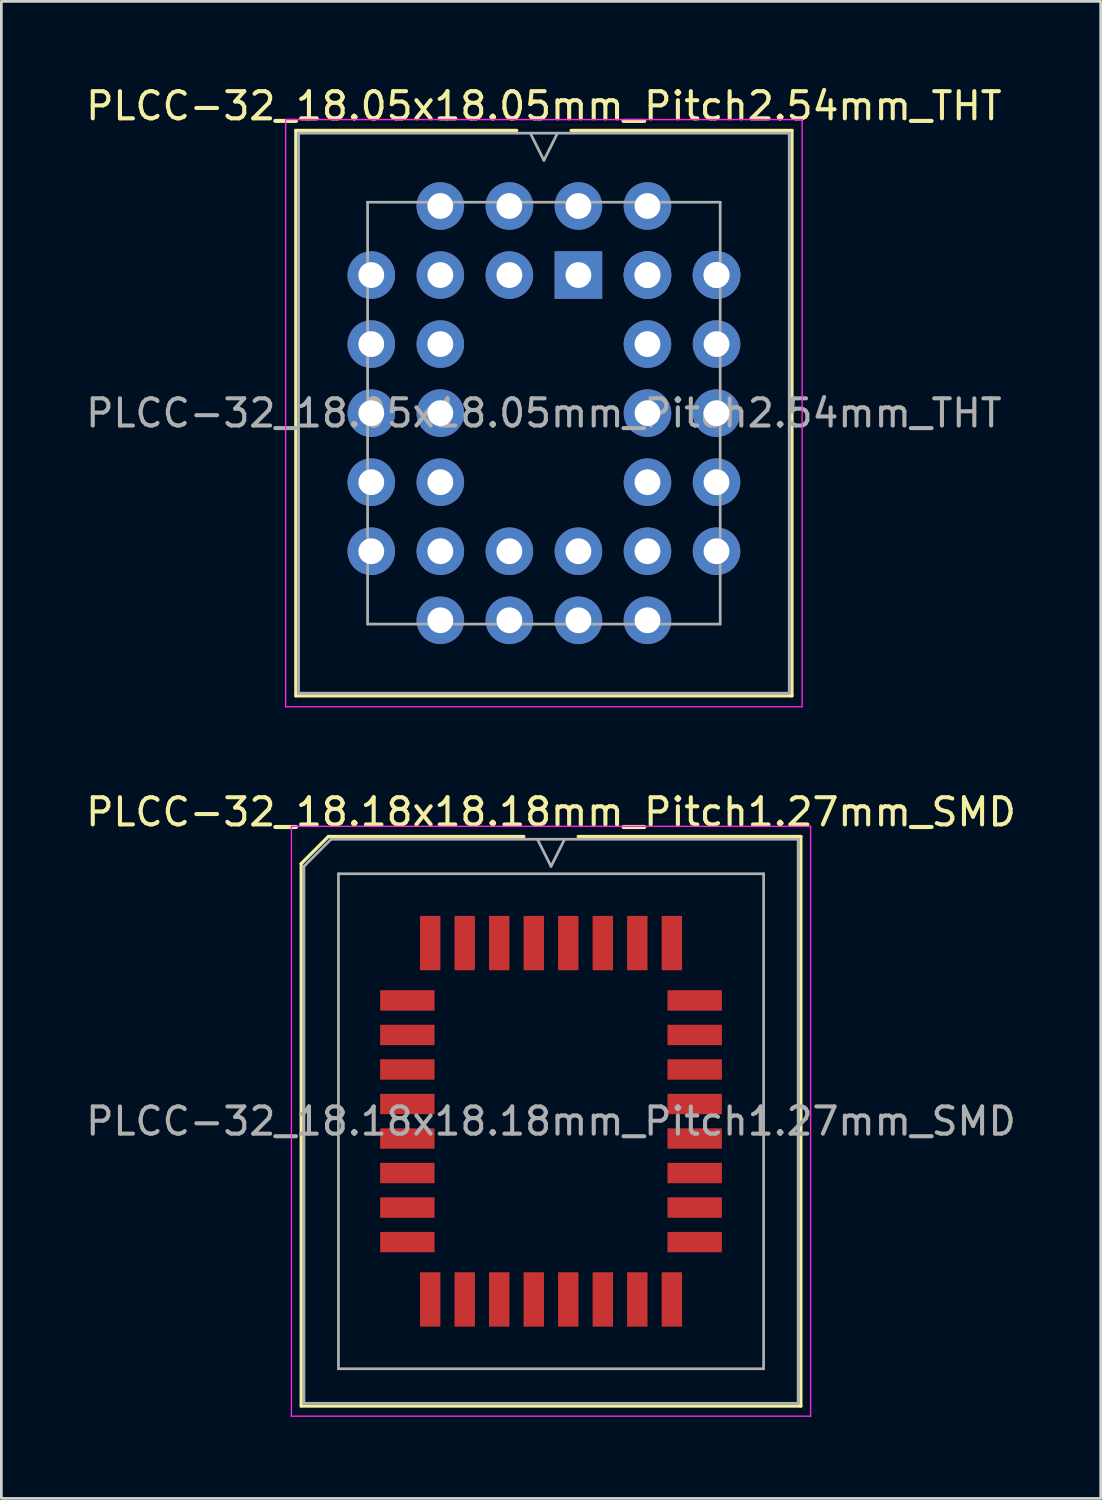
<source format=kicad_pcb>
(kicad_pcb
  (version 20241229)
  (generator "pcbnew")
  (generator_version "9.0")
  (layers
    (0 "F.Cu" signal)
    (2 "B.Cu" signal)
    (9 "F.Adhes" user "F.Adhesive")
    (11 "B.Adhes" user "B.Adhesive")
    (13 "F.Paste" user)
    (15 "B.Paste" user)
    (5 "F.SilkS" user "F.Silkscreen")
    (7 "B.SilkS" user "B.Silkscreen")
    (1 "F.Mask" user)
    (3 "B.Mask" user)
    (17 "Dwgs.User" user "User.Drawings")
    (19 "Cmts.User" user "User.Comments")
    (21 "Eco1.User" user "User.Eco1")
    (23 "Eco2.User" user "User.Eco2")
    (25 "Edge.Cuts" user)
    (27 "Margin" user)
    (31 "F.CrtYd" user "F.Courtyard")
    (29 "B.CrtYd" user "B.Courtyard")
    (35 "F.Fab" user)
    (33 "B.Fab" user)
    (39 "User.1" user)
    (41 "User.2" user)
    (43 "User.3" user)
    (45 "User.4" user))
  (footprint "PLCC-32_18.18x18.18mm_Pitch1.27mm_SMD"
    (layer "F.Cu")
    (at 17.22 38.197)
    (property "Reference" "PLCC-32_18.18x18.18mm_Pitch1.27mm_SMD" (at 0 -11.375 0) (layer "F.SilkS") (effects (font (size 1 1) (thickness 0.15))))
    (attr smd)
    (fp_line (start -9.19 -9.475) (end -9.19 10.475) (stroke (width 0.12) (type solid)) (layer "F.SilkS"))
    (fp_line (start -9.19 10.475) (end 9.19 10.475) (stroke (width 0.12) (type solid)) (layer "F.SilkS"))
    (fp_line (start -8.19 -10.475) (end -9.19 -9.475) (stroke (width 0.12) (type solid)) (layer "F.SilkS"))
    (fp_line (start -1 -10.475) (end -8.19 -10.475) (stroke (width 0.12) (type solid)) (layer "F.SilkS"))
    (fp_line (start 9.19 -10.475) (end 1 -10.475) (stroke (width 0.12) (type solid)) (layer "F.SilkS"))
    (fp_line (start 9.19 10.475) (end 9.19 -10.475) (stroke (width 0.12) (type solid)) (layer "F.SilkS"))
    (fp_line (start -9.55 -10.85) (end -9.55 10.85) (stroke (width 0.05) (type solid)) (layer "F.CrtYd"))
    (fp_line (start -9.55 10.85) (end 9.55 10.85) (stroke (width 0.05) (type solid)) (layer "F.CrtYd"))
    (fp_line (start 9.55 -10.85) (end -9.55 -10.85) (stroke (width 0.05) (type solid)) (layer "F.CrtYd"))
    (fp_line (start 9.55 10.85) (end 9.55 -10.85) (stroke (width 0.05) (type solid)) (layer "F.CrtYd"))
    (fp_line (start -9.09 -9.375) (end -9.09 10.375) (stroke (width 0.1) (type solid)) (layer "F.Fab"))
    (fp_line (start -9.09 10.375) (end 9.09 10.375) (stroke (width 0.1) (type solid)) (layer "F.Fab"))
    (fp_line (start -8.09 -10.375) (end -9.09 -9.375) (stroke (width 0.1) (type solid)) (layer "F.Fab"))
    (fp_line (start -7.82 -9.105) (end -7.82 9.105) (stroke (width 0.1) (type solid)) (layer "F.Fab"))
    (fp_line (start -7.82 9.105) (end 7.82 9.105) (stroke (width 0.1) (type solid)) (layer "F.Fab"))
    (fp_line (start -0.5 -10.375) (end 0 -9.375) (stroke (width 0.1) (type solid)) (layer "F.Fab"))
    (fp_line (start 0 -9.375) (end 0.5 -10.375) (stroke (width 0.1) (type solid)) (layer "F.Fab"))
    (fp_line (start 7.82 -9.105) (end -7.82 -9.105) (stroke (width 0.1) (type solid)) (layer "F.Fab"))
    (fp_line (start 7.82 9.105) (end 7.82 -9.105) (stroke (width 0.1) (type solid)) (layer "F.Fab"))
    (fp_line (start 9.09 -10.375) (end -8.09 -10.375) (stroke (width 0.1) (type solid)) (layer "F.Fab"))
    (fp_line (start 9.09 10.375) (end 9.09 -10.375) (stroke (width 0.1) (type solid)) (layer "F.Fab"))
    (fp_text user "${REFERENCE}" (at 0 0 0) (layer "F.Fab") (effects (font (size 1 1) (thickness 0.15))))
    (pad "1" smd rect (at -0.635 -6.555) (size 0.75 2) (layers "F.Cu" "F.Mask" "F.Paste"))
    (pad "2" smd rect (at -1.905 -6.555) (size 0.75 2) (layers "F.Cu" "F.Mask" "F.Paste"))
    (pad "3" smd rect (at -3.175 -6.555) (size 0.75 2) (layers "F.Cu" "F.Mask" "F.Paste"))
    (pad "4" smd rect (at -4.445 -6.555) (size 0.75 2) (layers "F.Cu" "F.Mask" "F.Paste"))
    (pad "5" smd rect (at -5.285 -4.445) (size 2 0.75) (layers "F.Cu" "F.Mask" "F.Paste"))
    (pad "6" smd rect (at -5.285 -3.175) (size 2 0.75) (layers "F.Cu" "F.Mask" "F.Paste"))
    (pad "7" smd rect (at -5.285 -1.905) (size 2 0.75) (layers "F.Cu" "F.Mask" "F.Paste"))
    (pad "8" smd rect (at -5.285 -0.635) (size 2 0.75) (layers "F.Cu" "F.Mask" "F.Paste"))
    (pad "9" smd rect (at -5.285 0.635) (size 2 0.75) (layers "F.Cu" "F.Mask" "F.Paste"))
    (pad "10" smd rect (at -5.285 1.905) (size 2 0.75) (layers "F.Cu" "F.Mask" "F.Paste"))
    (pad "11" smd rect (at -5.285 3.175) (size 2 0.75) (layers "F.Cu" "F.Mask" "F.Paste"))
    (pad "12" smd rect (at -5.285 4.445) (size 2 0.75) (layers "F.Cu" "F.Mask" "F.Paste"))
    (pad "13" smd rect (at -4.445 6.555) (size 0.75 2) (layers "F.Cu" "F.Mask" "F.Paste"))
    (pad "14" smd rect (at -3.175 6.555) (size 0.75 2) (layers "F.Cu" "F.Mask" "F.Paste"))
    (pad "15" smd rect (at -1.905 6.555) (size 0.75 2) (layers "F.Cu" "F.Mask" "F.Paste"))
    (pad "16" smd rect (at -0.635 6.555) (size 0.75 2) (layers "F.Cu" "F.Mask" "F.Paste"))
    (pad "17" smd rect (at 0.635 6.555) (size 0.75 2) (layers "F.Cu" "F.Mask" "F.Paste"))
    (pad "18" smd rect (at 1.905 6.555) (size 0.75 2) (layers "F.Cu" "F.Mask" "F.Paste"))
    (pad "19" smd rect (at 3.175 6.555) (size 0.75 2) (layers "F.Cu" "F.Mask" "F.Paste"))
    (pad "20" smd rect (at 4.445 6.555) (size 0.75 2) (layers "F.Cu" "F.Mask" "F.Paste"))
    (pad "21" smd rect (at 5.285 4.445) (size 2 0.75) (layers "F.Cu" "F.Mask" "F.Paste"))
    (pad "22" smd rect (at 5.285 3.175) (size 2 0.75) (layers "F.Cu" "F.Mask" "F.Paste"))
    (pad "23" smd rect (at 5.285 1.905) (size 2 0.75) (layers "F.Cu" "F.Mask" "F.Paste"))
    (pad "24" smd rect (at 5.285 0.635) (size 2 0.75) (layers "F.Cu" "F.Mask" "F.Paste"))
    (pad "25" smd rect (at 5.285 -0.635) (size 2 0.75) (layers "F.Cu" "F.Mask" "F.Paste"))
    (pad "26" smd rect (at 5.285 -1.905) (size 2 0.75) (layers "F.Cu" "F.Mask" "F.Paste"))
    (pad "27" smd rect (at 5.285 -3.175) (size 2 0.75) (layers "F.Cu" "F.Mask" "F.Paste"))
    (pad "28" smd rect (at 5.285 -4.445) (size 2 0.75) (layers "F.Cu" "F.Mask" "F.Paste"))
    (pad "29" smd rect (at 4.445 -6.555) (size 0.75 2) (layers "F.Cu" "F.Mask" "F.Paste"))
    (pad "30" smd rect (at 3.175 -6.555) (size 0.75 2) (layers "F.Cu" "F.Mask" "F.Paste"))
    (pad "31" smd rect (at 1.905 -6.555) (size 0.75 2) (layers "F.Cu" "F.Mask" "F.Paste"))
    (pad "32" smd rect (at 0.635 -6.555) (size 0.75 2) (layers "F.Cu" "F.Mask" "F.Paste")))
  (footprint "PLCC-32_18.05x18.05mm_Pitch2.54mm_THT"
    (layer "F.Cu")
    (at 16.958 12.148)
    (property "Reference" "PLCC-32_18.05x18.05mm_Pitch2.54mm_THT" (at 0 -11.3 0) (layer "F.SilkS") (effects (font (size 1 1) (thickness 0.15))))
    (attr through_hole)
    (fp_line (start -9.125 -10.4) (end -9.125 10.4) (stroke (width 0.12) (type solid)) (layer "F.SilkS"))
    (fp_line (start -9.125 10.4) (end 9.125 10.4) (stroke (width 0.12) (type solid)) (layer "F.SilkS"))
    (fp_line (start -1 -10.4) (end -9.125 -10.4) (stroke (width 0.12) (type solid)) (layer "F.SilkS"))
    (fp_line (start 9.125 -10.4) (end 1 -10.4) (stroke (width 0.12) (type solid)) (layer "F.SilkS"))
    (fp_line (start 9.125 10.4) (end 9.125 -10.4) (stroke (width 0.12) (type solid)) (layer "F.SilkS"))
    (fp_line (start -9.5 -10.8) (end -9.5 10.8) (stroke (width 0.05) (type solid)) (layer "F.CrtYd"))
    (fp_line (start -9.5 10.8) (end 9.5 10.8) (stroke (width 0.05) (type solid)) (layer "F.CrtYd"))
    (fp_line (start 9.5 -10.8) (end -9.5 -10.8) (stroke (width 0.05) (type solid)) (layer "F.CrtYd"))
    (fp_line (start 9.5 10.8) (end 9.5 -10.8) (stroke (width 0.05) (type solid)) (layer "F.CrtYd"))
    (fp_line (start -9.025 -10.3) (end -9.025 10.3) (stroke (width 0.1) (type solid)) (layer "F.Fab"))
    (fp_line (start -9.025 10.3) (end 9.025 10.3) (stroke (width 0.1) (type solid)) (layer "F.Fab"))
    (fp_line (start -6.485 -7.76) (end -6.485 7.76) (stroke (width 0.1) (type solid)) (layer "F.Fab"))
    (fp_line (start -6.485 7.76) (end 6.485 7.76) (stroke (width 0.1) (type solid)) (layer "F.Fab"))
    (fp_line (start -0.5 -10.3) (end 0 -9.3) (stroke (width 0.1) (type solid)) (layer "F.Fab"))
    (fp_line (start 0 -9.3) (end 0.5 -10.3) (stroke (width 0.1) (type solid)) (layer "F.Fab"))
    (fp_line (start 6.485 -7.76) (end -6.485 -7.76) (stroke (width 0.1) (type solid)) (layer "F.Fab"))
    (fp_line (start 6.485 7.76) (end 6.485 -7.76) (stroke (width 0.1) (type solid)) (layer "F.Fab"))
    (fp_line (start 9.025 -10.3) (end -9.025 -10.3) (stroke (width 0.1) (type solid)) (layer "F.Fab"))
    (fp_line (start 9.025 10.3) (end 9.025 -10.3) (stroke (width 0.1) (type solid)) (layer "F.Fab"))
    (fp_text user "${REFERENCE}" (at 0 0 0) (layer "F.Fab") (effects (font (size 1 1) (thickness 0.15))))
    (pad "1" thru_hole rect (at 1.27 -5.08) (size 1.75 1.75) (drill 0.95) (layers "*.Cu" "*.Mask"))
    (pad "2" thru_hole circle (at -1.27 -7.62) (size 1.75 1.75) (drill 0.95) (layers "*.Cu" "*.Mask"))
    (pad "3" thru_hole circle (at -1.27 -5.08) (size 1.75 1.75) (drill 0.95) (layers "*.Cu" "*.Mask"))
    (pad "4" thru_hole circle (at -3.81 -7.62) (size 1.75 1.75) (drill 0.95) (layers "*.Cu" "*.Mask"))
    (pad "5" thru_hole circle (at -6.35 -5.08) (size 1.75 1.75) (drill 0.95) (layers "*.Cu" "*.Mask"))
    (pad "6" thru_hole circle (at -3.81 -5.08) (size 1.75 1.75) (drill 0.95) (layers "*.Cu" "*.Mask"))
    (pad "7" thru_hole circle (at -6.35 -2.54) (size 1.75 1.75) (drill 0.95) (layers "*.Cu" "*.Mask"))
    (pad "8" thru_hole circle (at -3.81 -2.54) (size 1.75 1.75) (drill 0.95) (layers "*.Cu" "*.Mask"))
    (pad "9" thru_hole circle (at -6.35 0) (size 1.75 1.75) (drill 0.95) (layers "*.Cu" "*.Mask"))
    (pad "10" thru_hole circle (at -3.81 0) (size 1.75 1.75) (drill 0.95) (layers "*.Cu" "*.Mask"))
    (pad "11" thru_hole circle (at -6.35 2.54) (size 1.75 1.75) (drill 0.95) (layers "*.Cu" "*.Mask"))
    (pad "12" thru_hole circle (at -3.81 2.54) (size 1.75 1.75) (drill 0.95) (layers "*.Cu" "*.Mask"))
    (pad "13" thru_hole circle (at -6.35 5.08) (size 1.75 1.75) (drill 0.95) (layers "*.Cu" "*.Mask"))
    (pad "14" thru_hole circle (at -3.81 7.62) (size 1.75 1.75) (drill 0.95) (layers "*.Cu" "*.Mask"))
    (pad "15" thru_hole circle (at -3.81 5.08) (size 1.75 1.75) (drill 0.95) (layers "*.Cu" "*.Mask"))
    (pad "16" thru_hole circle (at -1.27 7.62) (size 1.75 1.75) (drill 0.95) (layers "*.Cu" "*.Mask"))
    (pad "17" thru_hole circle (at -1.27 5.08) (size 1.75 1.75) (drill 0.95) (layers "*.Cu" "*.Mask"))
    (pad "18" thru_hole circle (at 1.27 7.62) (size 1.75 1.75) (drill 0.95) (layers "*.Cu" "*.Mask"))
    (pad "19" thru_hole circle (at 1.27 5.08) (size 1.75 1.75) (drill 0.95) (layers "*.Cu" "*.Mask"))
    (pad "20" thru_hole circle (at 3.81 7.62) (size 1.75 1.75) (drill 0.95) (layers "*.Cu" "*.Mask"))
    (pad "21" thru_hole circle (at 3.81 5.08) (size 1.75 1.75) (drill 0.95) (layers "*.Cu" "*.Mask"))
    (pad "21" thru_hole circle (at 6.35 5.08) (size 1.75 1.75) (drill 0.95) (layers "*.Cu" "*.Mask"))
    (pad "22" thru_hole circle (at 3.81 2.54) (size 1.75 1.75) (drill 0.95) (layers "*.Cu" "*.Mask"))
    (pad "23" thru_hole circle (at 6.35 2.54) (size 1.75 1.75) (drill 0.95) (layers "*.Cu" "*.Mask"))
    (pad "24" thru_hole circle (at 3.81 0) (size 1.75 1.75) (drill 0.95) (layers "*.Cu" "*.Mask"))
    (pad "25" thru_hole circle (at 6.35 0) (size 1.75 1.75) (drill 0.95) (layers "*.Cu" "*.Mask"))
    (pad "26" thru_hole circle (at 3.81 -2.54) (size 1.75 1.75) (drill 0.95) (layers "*.Cu" "*.Mask"))
    (pad "27" thru_hole circle (at 6.35 -2.54) (size 1.75 1.75) (drill 0.95) (layers "*.Cu" "*.Mask"))
    (pad "28" thru_hole circle (at 3.81 -5.08) (size 1.75 1.75) (drill 0.95) (layers "*.Cu" "*.Mask"))
    (pad "29" thru_hole circle (at 6.35 -5.08) (size 1.75 1.75) (drill 0.95) (layers "*.Cu" "*.Mask"))
    (pad "29" thru_hole circle (at 6.35 -5.08) (size 1.75 1.75) (drill 0.95) (layers "*.Cu" "*.Mask"))
    (pad "30" thru_hole circle (at 3.81 -7.62) (size 1.75 1.75) (drill 0.95) (layers "*.Cu" "*.Mask"))
    (pad "31" thru_hole circle (at 3.81 -5.08) (size 1.75 1.75) (drill 0.95) (layers "*.Cu" "*.Mask"))
    (pad "32" thru_hole circle (at 1.27 -7.62) (size 1.75 1.75) (drill 0.95) (layers "*.Cu" "*.Mask")))
  (gr_rect
    (start -3 -3)
    (end 37.44 52.072)
    (stroke (width 0.1) (type default))
    (fill no)
    (layer "Edge.Cuts")))
</source>
